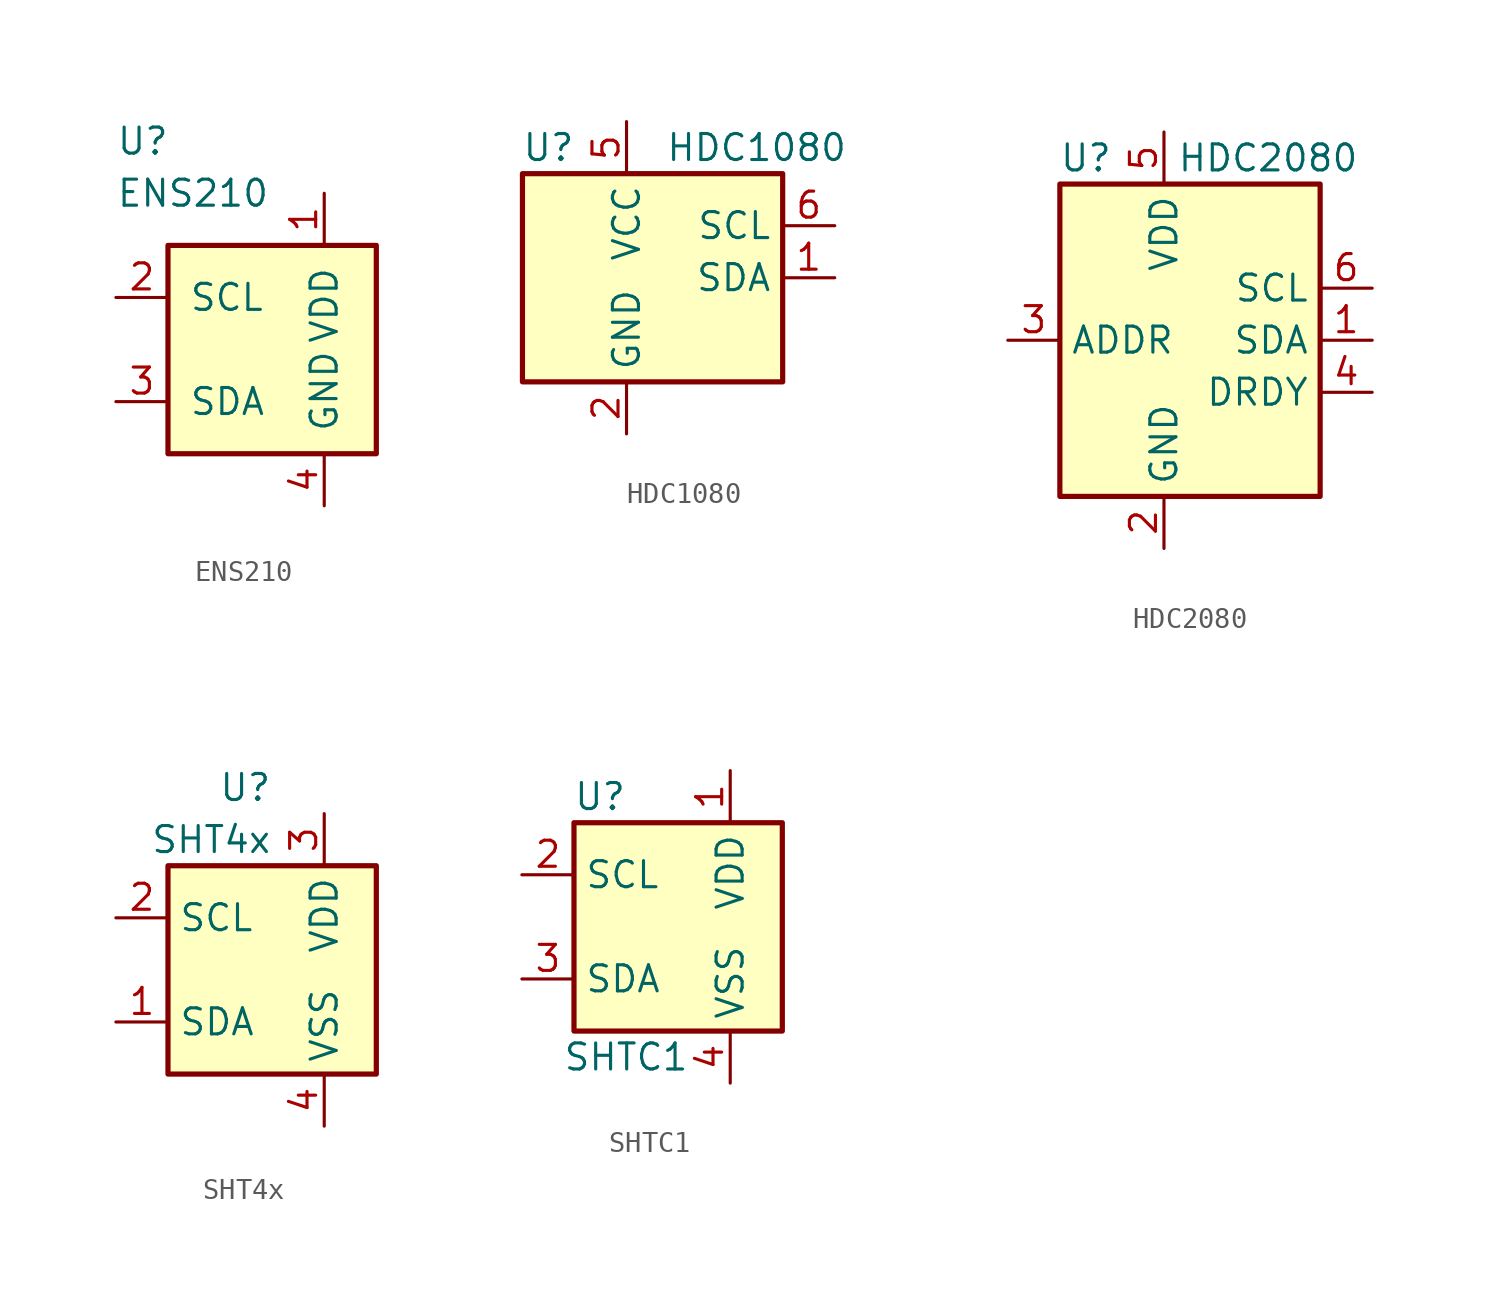
<source format=kicad_sym>
(kicad_symbol_lib
  (version 20220914)
  (generator kicad_symbol_editor)
  (symbol "ENS210"
    (pin_names
      (offset 1.016))
    (property "Reference" "U"
      (at -7.62 10.16 0)
      (effects (font (size 1.27 1.27)) (justify left)))
    (property "Value" "ENS210"
      (at -7.62 7.62 0)
      (effects (font (size 1.27 1.27)) (justify left)))
    (symbol "ENS210_0_1"
      (rectangle (start -5.08 5.08) (end 5.08 -5.08) (stroke (width 0.254) (type default)) (fill (type background))))
    (symbol "ENS210_1_1"
      (pin power_in line (at 2.54 7.62 270) (length 2.54) (name "VDD" (effects (font (size 1.27 1.27)))) (number "1" (effects (font (size 1.27 1.27)))))
      (pin input line (at -7.62 2.54 0) (length 2.54) (name "SCL" (effects (font (size 1.27 1.27)))) (number "2" (effects (font (size 1.27 1.27)))))
      (pin bidirectional line (at -7.62 -2.54 0) (length 2.54) (name "SDA" (effects (font (size 1.27 1.27)))) (number "3" (effects (font (size 1.27 1.27)))))
      (pin power_in line (at 2.54 -7.62 90) (length 2.54) (name "GND" (effects (font (size 1.27 1.27)))) (number "4" (effects (font (size 1.27 1.27)))))
      (pin passive line (at 2.54 -7.62 90) (length 2.54) hide (name "GND" (effects (font (size 1.27 1.27)))) (number "5" (effects (font (size 1.27 1.27)))))))
  (symbol "HDC1080"
    (property "Reference" "U"
      (at -6.35 6.35 0)
      (effects (font (size 1.27 1.27))))
    (property "Value" "HDC1080"
      (at 3.81 6.35 0)
      (effects (font (size 1.27 1.27))))
    (symbol "HDC1080_0_1"
      (rectangle (start -7.62 5.08) (end 5.08 -5.08) (stroke (width 0.254) (type default)) (fill (type background))))
    (symbol "HDC1080_1_1"
      (pin bidirectional line (at 7.62 0 180) (length 2.54) (name "SDA" (effects (font (size 1.27 1.27)))) (number "1" (effects (font (size 1.27 1.27)))))
      (pin power_in line (at -2.54 -7.62 90) (length 2.54) (name "GND" (effects (font (size 1.27 1.27)))) (number "2" (effects (font (size 1.27 1.27)))))
      (pin no_connect line (at -7.62 0 0) (length 2.54) hide (name "NC" (effects (font (size 1.27 1.27)))) (number "3" (effects (font (size 1.27 1.27)))))
      (pin no_connect line (at -7.62 -2.54 0) (length 2.54) hide (name "NC" (effects (font (size 1.27 1.27)))) (number "4" (effects (font (size 1.27 1.27)))))
      (pin power_in line (at -2.54 7.62 270) (length 2.54) (name "VCC" (effects (font (size 1.27 1.27)))) (number "5" (effects (font (size 1.27 1.27)))))
      (pin input line (at 7.62 2.54 180) (length 2.54) (name "SCL" (effects (font (size 1.27 1.27)))) (number "6" (effects (font (size 1.27 1.27)))))
      (pin no_connect line (at -7.62 2.54 0) (length 2.54) hide (name "DAP" (effects (font (size 1.27 1.27)))) (number "7" (effects (font (size 1.27 1.27)))))))
  (symbol "HDC2080"
    (property "Reference" "U"
      (at -6.35 8.89 0)
      (effects (font (size 1.27 1.27))))
    (property "Value" "HDC2080"
      (at 2.54 8.89 0)
      (effects (font (size 1.27 1.27))))
    (symbol "HDC2080_0_1"
      (rectangle (start -7.62 7.62) (end 5.08 -7.62) (stroke (width 0.254) (type default)) (fill (type background))))
    (symbol "HDC2080_1_1"
      (pin bidirectional line (at 7.62 0 180) (length 2.54) (name "SDA" (effects (font (size 1.27 1.27)))) (number "1" (effects (font (size 1.27 1.27)))))
      (pin power_in line (at -2.54 -10.16 90) (length 2.54) (name "GND" (effects (font (size 1.27 1.27)))) (number "2" (effects (font (size 1.27 1.27)))))
      (pin input line (at -10.16 0 0) (length 2.54) (name "ADDR" (effects (font (size 1.27 1.27)))) (number "3" (effects (font (size 1.27 1.27)))))
      (pin output line (at 7.62 -2.54 180) (length 2.54) (name "DRDY" (effects (font (size 1.27 1.27)))) (number "4" (effects (font (size 1.27 1.27)))))
      (pin power_in line (at -2.54 10.16 270) (length 2.54) (name "VDD" (effects (font (size 1.27 1.27)))) (number "5" (effects (font (size 1.27 1.27)))))
      (pin input line (at 7.62 2.54 180) (length 2.54) (name "SCL" (effects (font (size 1.27 1.27)))) (number "6" (effects (font (size 1.27 1.27)))))
      (pin no_connect line (at -7.62 -2.54 0) (length 2.54) hide (name "EP" (effects (font (size 1.27 1.27)))) (number "7" (effects (font (size 1.27 1.27)))))))
  (symbol "SHT4x"
    (property "Reference" "U"
      (at 0 8.89 0)
      (effects (font (size 1.27 1.27)) (justify right)))
    (property "Value" "SHT4x"
      (at 0 6.35 0)
      (effects (font (size 1.27 1.27)) (justify right)))
    (symbol "SHT4x_1_1"
      (rectangle (start -5.08 5.08) (end 5.08 -5.08) (stroke (width 0.254) (type default)) (fill (type background)))
      (pin bidirectional line (at -7.62 -2.54 0) (length 2.54) (name "SDA" (effects (font (size 1.27 1.27)))) (number "1" (effects (font (size 1.27 1.27)))))
      (pin input line (at -7.62 2.54 0) (length 2.54) (name "SCL" (effects (font (size 1.27 1.27)))) (number "2" (effects (font (size 1.27 1.27)))))
      (pin power_in line (at 2.54 7.62 270) (length 2.54) (name "VDD" (effects (font (size 1.27 1.27)))) (number "3" (effects (font (size 1.27 1.27)))))
      (pin power_in line (at 2.54 -7.62 90) (length 2.54) (name "VSS" (effects (font (size 1.27 1.27)))) (number "4" (effects (font (size 1.27 1.27)))))))
  (symbol "SHTC1"
    (property "Reference" "U"
      (at -3.81 6.35 0)
      (effects (font (size 1.27 1.27))))
    (property "Value" "SHTC1"
      (at -2.54 -6.35 0)
      (effects (font (size 1.27 1.27))))
    (symbol "SHTC1_1_1"
      (rectangle (start -5.08 5.08) (end 5.08 -5.08) (stroke (width 0.254) (type default)) (fill (type background)))
      (pin power_in line (at 2.54 7.62 270) (length 2.54) (name "VDD" (effects (font (size 1.27 1.27)))) (number "1" (effects (font (size 1.27 1.27)))))
      (pin input line (at -7.62 2.54 0) (length 2.54) (name "SCL" (effects (font (size 1.27 1.27)))) (number "2" (effects (font (size 1.27 1.27)))))
      (pin bidirectional line (at -7.62 -2.54 0) (length 2.54) (name "SDA" (effects (font (size 1.27 1.27)))) (number "3" (effects (font (size 1.27 1.27)))))
      (pin power_in line (at 2.54 -7.62 90) (length 2.54) (name "VSS" (effects (font (size 1.27 1.27)))) (number "4" (effects (font (size 1.27 1.27)))))
      (pin no_connect line (at 5.08 0 180) (length 2.54) hide (name "NC" (effects (font (size 1.27 1.27)))) (number "5" (effects (font (size 1.27 1.27))))))))
</source>
